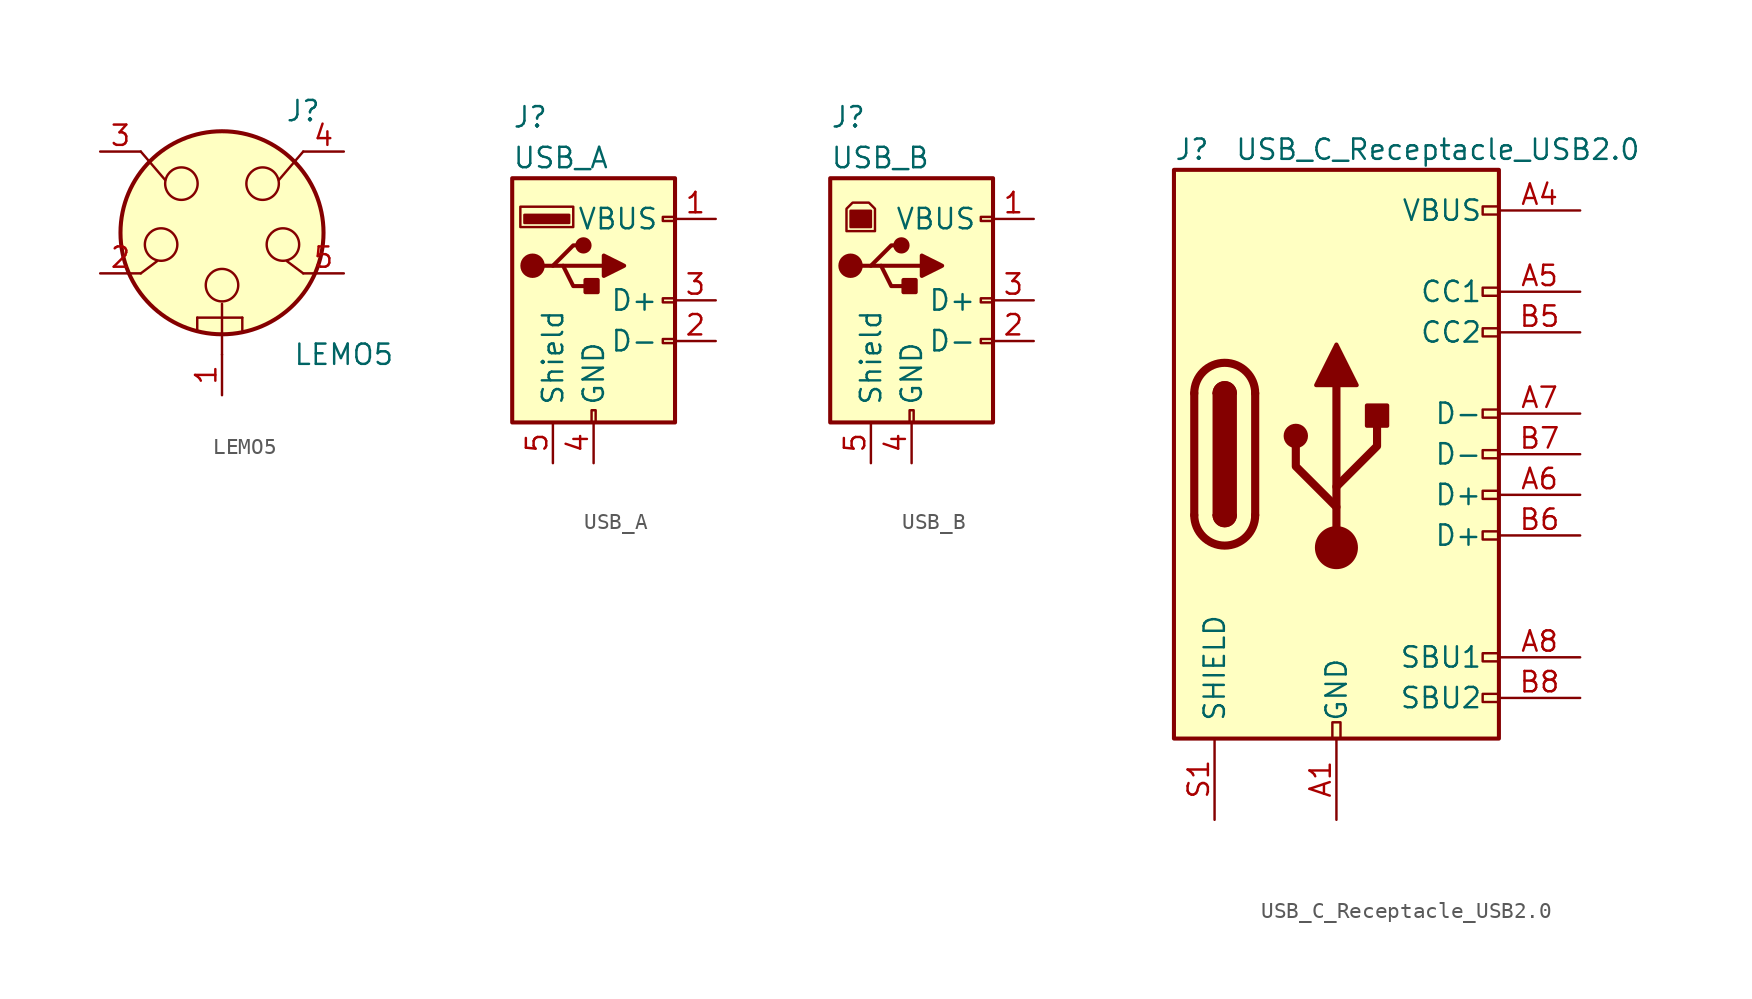
<source format=kicad_sym>
(kicad_symbol_lib
  (version 20210619)
  (generator kicad_symbol_editor)
  (symbol "Connector:LEMO5"
    (pin_names
      (offset 1.016) hide)
    (property "Reference" "J"
      (at 5.08 7.62 0)
      (effects (font (size 1.27 1.27))))
    (property "Value" "LEMO5"
      (at 7.62 -7.62 0)
      (effects (font (size 1.27 1.27))))
    (symbol "LEMO5_0_1"
      (circle (center -3.81 -0.737) (radius 1.016) (stroke (width 0)) (fill (type none)))
      (circle (center -2.54 3.073) (radius 1.016) (stroke (width 0)) (fill (type none)))
      (circle (center 0 -3.277) (radius 1.016) (stroke (width 0)) (fill (type none)))
      (circle (center 2.54 3.073) (radius 1.016) (stroke (width 0)) (fill (type none)))
      (circle (center 3.81 -0.737) (radius 1.016) (stroke (width 0)) (fill (type none)))
      (circle (center 0 0) (radius 6.35) (stroke (width 0.254)) (fill (type background)))
      (polyline (pts (xy -5.08 -2.54) (xy -4.064 -1.778)) (stroke (width 0)) (fill (type none)))
      (polyline (pts (xy -5.08 5.08) (xy -3.556 3.302)) (stroke (width 0)) (fill (type none)))
      (polyline (pts (xy -1.549 -6.096) (xy -1.549 -5.309)) (stroke (width 0)) (fill (type none)))
      (polyline (pts (xy -1.549 -5.309) (xy 1.27 -5.309)) (stroke (width 0)) (fill (type none)))
      (polyline (pts (xy 0 -7.62) (xy 0 -4.445)) (stroke (width 0)) (fill (type none)))
      (polyline (pts (xy 1.27 -5.309) (xy 1.27 -6.096)) (stroke (width 0)) (fill (type none)))
      (polyline (pts (xy 5.08 -2.54) (xy 4.064 -1.778)) (stroke (width 0)) (fill (type none)))
      (polyline (pts (xy 5.08 5.08) (xy 3.556 3.302)) (stroke (width 0)) (fill (type none))))
    (symbol "LEMO5_1_1"
      (pin passive line (at 0 -10.16 90) (length 2.54) (name "~" (effects (font (size 1.27 1.27)))) (number "1" (effects (font (size 1.27 1.27)))))
      (pin passive line (at -7.62 -2.54 0) (length 2.54) (name "~" (effects (font (size 1.27 1.27)))) (number "2" (effects (font (size 1.27 1.27)))))
      (pin passive line (at -7.62 5.08 0) (length 2.54) (name "~" (effects (font (size 1.27 1.27)))) (number "3" (effects (font (size 1.27 1.27)))))
      (pin passive line (at 7.62 5.08 180) (length 2.54) (name "~" (effects (font (size 1.27 1.27)))) (number "4" (effects (font (size 1.27 1.27)))))
      (pin passive line (at 7.62 -2.54 180) (length 2.54) (name "~" (effects (font (size 1.27 1.27)))) (number "5" (effects (font (size 1.27 1.27)))))))
  (symbol "Connector:USB_A"
    (pin_names
      (offset 1.016))
    (property "Reference" "J"
      (at -5.08 11.43 0)
      (effects (font (size 1.27 1.27)) (justify left)))
    (property "Value" "USB_A"
      (at -5.08 8.89 0)
      (effects (font (size 1.27 1.27)) (justify left)))
    (symbol "USB_A_0_1"
      (circle (center -3.81 2.159) (radius 0.635) (stroke (width 0.254)) (fill (type outline)))
      (circle (center -0.635 3.429) (radius 0.381) (stroke (width 0.254)) (fill (type outline)))
      (rectangle (start -1.27 4.572) (end -4.572 5.842) (stroke (width 0)) (fill (type none)))
      (rectangle (start -0.127 -7.62) (end 0.127 -6.858) (stroke (width 0)) (fill (type none)))
      (rectangle (start 5.08 -2.667) (end 4.318 -2.413) (stroke (width 0)) (fill (type none)))
      (rectangle (start 5.08 -0.127) (end 4.318 0.127) (stroke (width 0)) (fill (type none)))
      (rectangle (start 5.08 4.953) (end 4.318 5.207) (stroke (width 0)) (fill (type none)))
      (rectangle (start -1.524 4.826) (end -4.318 5.334) (stroke (width 0)) (fill (type outline)))
      (rectangle (start 0.254 1.27) (end -0.508 0.508) (stroke (width 0.254)) (fill (type outline)))
      (rectangle (start -5.08 -7.62) (end 5.08 7.62) (stroke (width 0.254)) (fill (type background)))
      (polyline (pts (xy -3.175 2.159) (xy -2.54 2.159) (xy -1.27 3.429) (xy -0.635 3.429)) (stroke (width 0.254)) (fill (type none)))
      (polyline (pts (xy -2.54 2.159) (xy -1.905 2.159) (xy -1.27 0.889) (xy 0 0.889)) (stroke (width 0.254)) (fill (type none)))
      (polyline (pts (xy 0.635 2.794) (xy 0.635 1.524) (xy 1.905 2.159) (xy 0.635 2.794)) (stroke (width 0.254)) (fill (type outline))))
    (symbol "USB_A_1_1"
      (polyline (pts (xy -1.905 2.159) (xy 0.635 2.159)) (stroke (width 0.254)) (fill (type none)))
      (pin power_in line (at 7.62 5.08 180) (length 2.54) (name "VBUS" (effects (font (size 1.27 1.27)))) (number "1" (effects (font (size 1.27 1.27)))))
      (pin passive line (at 7.62 -2.54 180) (length 2.54) (name "D-" (effects (font (size 1.27 1.27)))) (number "2" (effects (font (size 1.27 1.27)))))
      (pin passive line (at 7.62 0 180) (length 2.54) (name "D+" (effects (font (size 1.27 1.27)))) (number "3" (effects (font (size 1.27 1.27)))))
      (pin power_in line (at 0 -10.16 90) (length 2.54) (name "GND" (effects (font (size 1.27 1.27)))) (number "4" (effects (font (size 1.27 1.27)))))
      (pin passive line (at -2.54 -10.16 90) (length 2.54) (name "Shield" (effects (font (size 1.27 1.27)))) (number "5" (effects (font (size 1.27 1.27)))))))
  (symbol "Connector:USB_B"
    (pin_names
      (offset 1.016))
    (property "Reference" "J"
      (at -5.08 11.43 0)
      (effects (font (size 1.27 1.27)) (justify left)))
    (property "Value" "USB_B"
      (at -5.08 8.89 0)
      (effects (font (size 1.27 1.27)) (justify left)))
    (symbol "USB_B_0_1"
      (circle (center -3.81 2.159) (radius 0.635) (stroke (width 0.254)) (fill (type outline)))
      (circle (center -0.635 3.429) (radius 0.381) (stroke (width 0.254)) (fill (type outline)))
      (rectangle (start -0.127 -7.62) (end 0.127 -6.858) (stroke (width 0)) (fill (type none)))
      (rectangle (start 5.08 -2.667) (end 4.318 -2.413) (stroke (width 0)) (fill (type none)))
      (rectangle (start 5.08 -0.127) (end 4.318 0.127) (stroke (width 0)) (fill (type none)))
      (rectangle (start 5.08 4.953) (end 4.318 5.207) (stroke (width 0)) (fill (type none)))
      (rectangle (start -3.81 5.588) (end -2.54 4.572) (stroke (width 0)) (fill (type outline)))
      (rectangle (start 0.254 1.27) (end -0.508 0.508) (stroke (width 0.254)) (fill (type outline)))
      (rectangle (start -5.08 -7.62) (end 5.08 7.62) (stroke (width 0.254)) (fill (type background)))
      (polyline (pts (xy -1.905 2.159) (xy 0.635 2.159)) (stroke (width 0.254)) (fill (type none)))
      (polyline (pts (xy -3.175 2.159) (xy -2.54 2.159) (xy -1.27 3.429) (xy -0.635 3.429)) (stroke (width 0.254)) (fill (type none)))
      (polyline (pts (xy -2.54 2.159) (xy -1.905 2.159) (xy -1.27 0.889) (xy 0 0.889)) (stroke (width 0.254)) (fill (type none)))
      (polyline (pts (xy -4.064 4.318) (xy -2.286 4.318) (xy -2.286 5.715) (xy -2.667 6.096) (xy -3.683 6.096) (xy -4.064 5.715) (xy -4.064 4.318)) (stroke (width 0)) (fill (type none)))
      (polyline (pts (xy 0.635 2.794) (xy 0.635 1.524) (xy 1.905 2.159) (xy 0.635 2.794)) (stroke (width 0.254)) (fill (type outline))))
    (symbol "USB_B_1_1"
      (pin power_out line (at 7.62 5.08 180) (length 2.54) (name "VBUS" (effects (font (size 1.27 1.27)))) (number "1" (effects (font (size 1.27 1.27)))))
      (pin passive line (at 7.62 -2.54 180) (length 2.54) (name "D-" (effects (font (size 1.27 1.27)))) (number "2" (effects (font (size 1.27 1.27)))))
      (pin passive line (at 7.62 0 180) (length 2.54) (name "D+" (effects (font (size 1.27 1.27)))) (number "3" (effects (font (size 1.27 1.27)))))
      (pin power_out line (at 0 -10.16 90) (length 2.54) (name "GND" (effects (font (size 1.27 1.27)))) (number "4" (effects (font (size 1.27 1.27)))))
      (pin passive line (at -2.54 -10.16 90) (length 2.54) (name "Shield" (effects (font (size 1.27 1.27)))) (number "5" (effects (font (size 1.27 1.27)))))))
  (symbol "Connector:USB_C_Receptacle_USB2.0"
    (pin_names
      (offset 1.016))
    (property "Reference" "J"
      (at -10.16 19.05 0)
      (effects (font (size 1.27 1.27)) (justify left)))
    (property "Value" "USB_C_Receptacle_USB2.0"
      (at 19.05 19.05 0)
      (effects (font (size 1.27 1.27)) (justify right)))
    (symbol "USB_C_Receptacle_USB2.0_0_0"
      (rectangle (start -0.254 -17.78) (end 0.254 -16.764) (stroke (width 0)) (fill (type none)))
      (rectangle (start 10.16 -14.986) (end 9.144 -15.494) (stroke (width 0)) (fill (type none)))
      (rectangle (start 10.16 -12.446) (end 9.144 -12.954) (stroke (width 0)) (fill (type none)))
      (rectangle (start 10.16 -4.826) (end 9.144 -5.334) (stroke (width 0)) (fill (type none)))
      (rectangle (start 10.16 -2.286) (end 9.144 -2.794) (stroke (width 0)) (fill (type none)))
      (rectangle (start 10.16 0.254) (end 9.144 -0.254) (stroke (width 0)) (fill (type none)))
      (rectangle (start 10.16 2.794) (end 9.144 2.286) (stroke (width 0)) (fill (type none)))
      (rectangle (start 10.16 7.874) (end 9.144 7.366) (stroke (width 0)) (fill (type none)))
      (rectangle (start 10.16 10.414) (end 9.144 9.906) (stroke (width 0)) (fill (type none)))
      (rectangle (start 10.16 15.494) (end 9.144 14.986) (stroke (width 0)) (fill (type none))))
    (symbol "USB_C_Receptacle_USB2.0_0_1"
      (arc (start -8.89 -3.81) (end -5.08 -3.81) (radius (at -6.985 -3.81) (length 1.905) (angles -179.9 -0.1)) (stroke (width 0.508)) (fill (type none)))
      (arc (start -7.62 -3.81) (end -6.35 -3.81) (radius (at -6.985 -3.81) (length 0.635) (angles -179.9 -0.1)) (stroke (width 0.254)) (fill (type none)))
      (arc (start -6.35 3.81) (end -7.62 3.81) (radius (at -6.985 3.81) (length 0.635) (angles 0.1 179.9)) (stroke (width 0.254)) (fill (type none)))
      (arc (start -5.08 3.81) (end -8.89 3.81) (radius (at -6.985 3.81) (length 1.905) (angles 0.1 179.9)) (stroke (width 0.508)) (fill (type none)))
      (arc (start -7.62 -3.81) (end -6.35 -3.81) (radius (at -6.985 -3.81) (length 0.635) (angles -179.9 -0.1)) (stroke (width 0.254)) (fill (type outline)))
      (arc (start -6.35 3.81) (end -7.62 3.81) (radius (at -6.985 3.81) (length 0.635) (angles 0.1 179.9)) (stroke (width 0.254)) (fill (type outline)))
      (circle (center -2.54 1.143) (radius 0.635) (stroke (width 0.254)) (fill (type outline)))
      (circle (center 0 -5.842) (radius 1.27) (stroke (width 0)) (fill (type outline)))
      (rectangle (start -7.62 -3.81) (end -6.35 3.81) (stroke (width 0.254)) (fill (type outline)))
      (rectangle (start 1.905 1.778) (end 3.175 3.048) (stroke (width 0.254)) (fill (type outline)))
      (rectangle (start -10.16 17.78) (end 10.16 -17.78) (stroke (width 0.254)) (fill (type background)))
      (polyline (pts (xy -8.89 -3.81) (xy -8.89 3.81)) (stroke (width 0.508)) (fill (type none)))
      (polyline (pts (xy -5.08 3.81) (xy -5.08 -3.81)) (stroke (width 0.508)) (fill (type none)))
      (polyline (pts (xy 0 -5.842) (xy 0 4.318)) (stroke (width 0.508)) (fill (type none)))
      (polyline (pts (xy 0 -3.302) (xy -2.54 -0.762) (xy -2.54 0.508)) (stroke (width 0.508)) (fill (type none)))
      (polyline (pts (xy 0 -2.032) (xy 2.54 0.508) (xy 2.54 1.778)) (stroke (width 0.508)) (fill (type none)))
      (polyline (pts (xy -1.27 4.318) (xy 0 6.858) (xy 1.27 4.318) (xy -1.27 4.318)) (stroke (width 0.254)) (fill (type outline))))
    (symbol "USB_C_Receptacle_USB2.0_1_1"
      (pin power_in line (at 0 -22.86 90) (length 5.08) (name "GND" (effects (font (size 1.27 1.27)))) (number "A1" (effects (font (size 1.27 1.27)))))
      (pin passive line (at 0 -22.86 90) (length 5.08) hide (name "GND" (effects (font (size 1.27 1.27)))) (number "A12" (effects (font (size 1.27 1.27)))))
      (pin power_in line (at 15.24 15.24 180) (length 5.08) (name "VBUS" (effects (font (size 1.27 1.27)))) (number "A4" (effects (font (size 1.27 1.27)))))
      (pin bidirectional line (at 15.24 10.16 180) (length 5.08) (name "CC1" (effects (font (size 1.27 1.27)))) (number "A5" (effects (font (size 1.27 1.27)))))
      (pin bidirectional line (at 15.24 -2.54 180) (length 5.08) (name "D+" (effects (font (size 1.27 1.27)))) (number "A6" (effects (font (size 1.27 1.27)))))
      (pin bidirectional line (at 15.24 2.54 180) (length 5.08) (name "D-" (effects (font (size 1.27 1.27)))) (number "A7" (effects (font (size 1.27 1.27)))))
      (pin bidirectional line (at 15.24 -12.7 180) (length 5.08) (name "SBU1" (effects (font (size 1.27 1.27)))) (number "A8" (effects (font (size 1.27 1.27)))))
      (pin passive line (at 15.24 15.24 180) (length 5.08) hide (name "VBUS" (effects (font (size 1.27 1.27)))) (number "A9" (effects (font (size 1.27 1.27)))))
      (pin passive line (at 0 -22.86 90) (length 5.08) hide (name "GND" (effects (font (size 1.27 1.27)))) (number "B1" (effects (font (size 1.27 1.27)))))
      (pin passive line (at 0 -22.86 90) (length 5.08) hide (name "GND" (effects (font (size 1.27 1.27)))) (number "B12" (effects (font (size 1.27 1.27)))))
      (pin passive line (at 15.24 15.24 180) (length 5.08) hide (name "VBUS" (effects (font (size 1.27 1.27)))) (number "B4" (effects (font (size 1.27 1.27)))))
      (pin bidirectional line (at 15.24 7.62 180) (length 5.08) (name "CC2" (effects (font (size 1.27 1.27)))) (number "B5" (effects (font (size 1.27 1.27)))))
      (pin bidirectional line (at 15.24 -5.08 180) (length 5.08) (name "D+" (effects (font (size 1.27 1.27)))) (number "B6" (effects (font (size 1.27 1.27)))))
      (pin bidirectional line (at 15.24 0 180) (length 5.08) (name "D-" (effects (font (size 1.27 1.27)))) (number "B7" (effects (font (size 1.27 1.27)))))
      (pin bidirectional line (at 15.24 -15.24 180) (length 5.08) (name "SBU2" (effects (font (size 1.27 1.27)))) (number "B8" (effects (font (size 1.27 1.27)))))
      (pin passive line (at 15.24 15.24 180) (length 5.08) hide (name "VBUS" (effects (font (size 1.27 1.27)))) (number "B9" (effects (font (size 1.27 1.27)))))
      (pin passive line (at -7.62 -22.86 90) (length 5.08) (name "SHIELD" (effects (font (size 1.27 1.27)))) (number "S1" (effects (font (size 1.27 1.27))))))))
</source>
